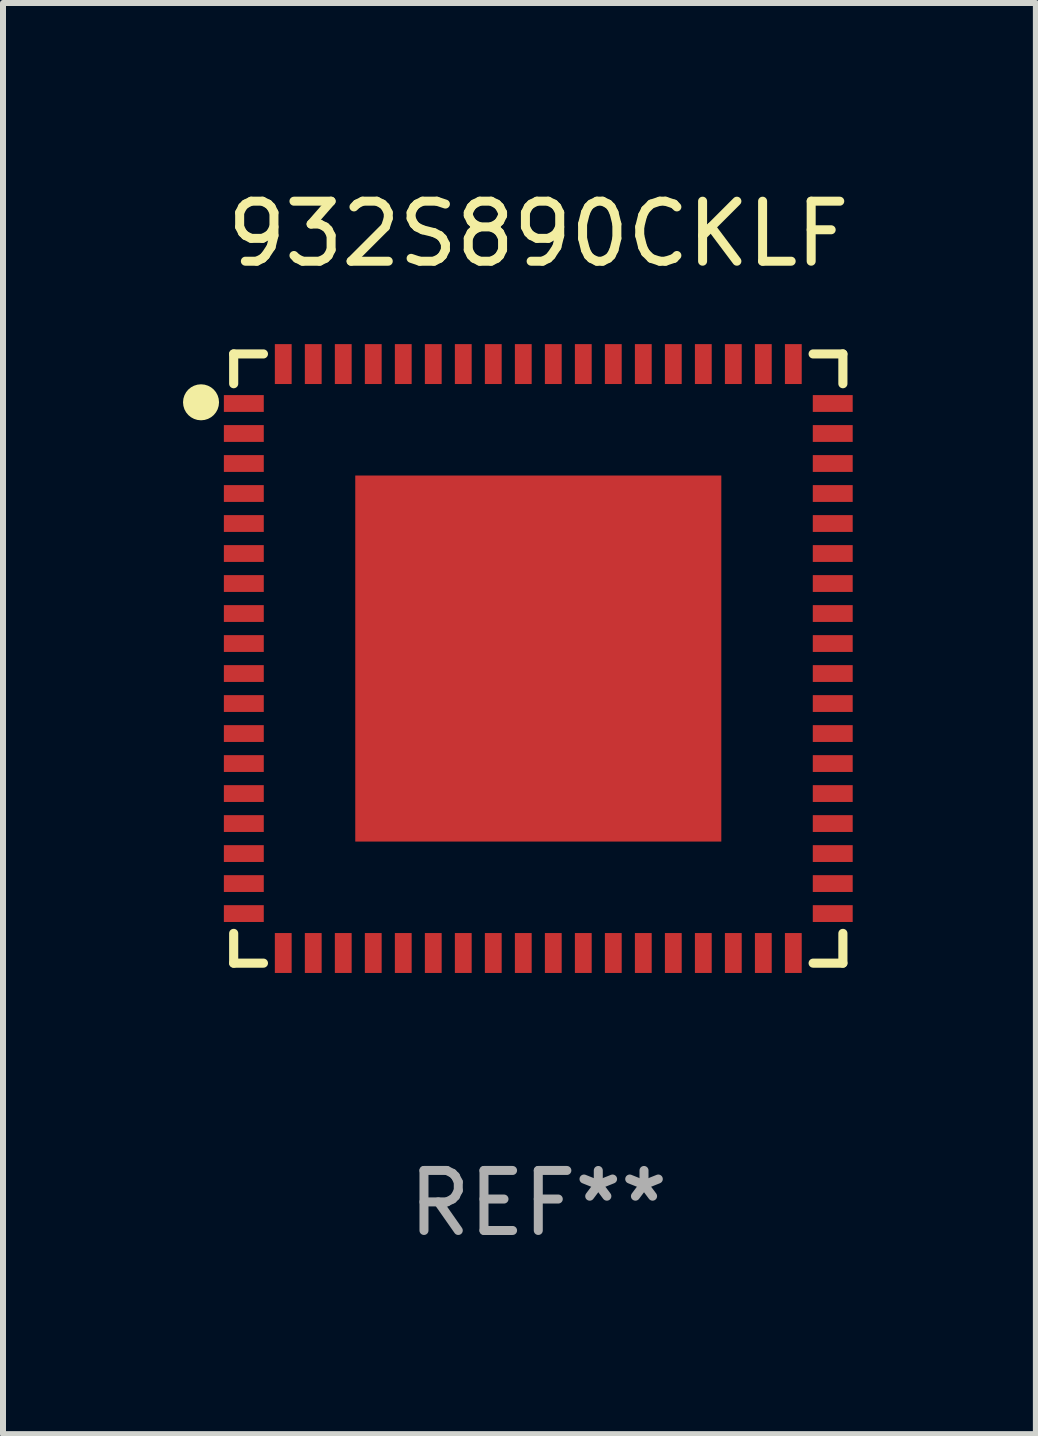
<source format=kicad_pcb>
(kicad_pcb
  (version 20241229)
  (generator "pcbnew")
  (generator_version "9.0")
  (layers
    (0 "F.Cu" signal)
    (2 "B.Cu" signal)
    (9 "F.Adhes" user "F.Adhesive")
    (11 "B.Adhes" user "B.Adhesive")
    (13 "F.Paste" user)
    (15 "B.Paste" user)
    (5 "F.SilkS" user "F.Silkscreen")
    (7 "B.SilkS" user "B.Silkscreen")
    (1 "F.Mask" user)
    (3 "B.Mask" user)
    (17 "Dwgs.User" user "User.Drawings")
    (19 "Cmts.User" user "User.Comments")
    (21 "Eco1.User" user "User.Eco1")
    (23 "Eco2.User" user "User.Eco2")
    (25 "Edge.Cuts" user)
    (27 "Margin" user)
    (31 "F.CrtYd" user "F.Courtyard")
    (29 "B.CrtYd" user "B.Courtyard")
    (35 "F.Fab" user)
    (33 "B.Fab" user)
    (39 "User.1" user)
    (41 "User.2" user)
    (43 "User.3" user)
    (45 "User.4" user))
  (footprint "932S890CKLF"
    (layer "F.Cu")
    (at 5.92 7.924)
    (property "Reference" "932S890CKLF" (at 0 -7.076 0) (layer "F.SilkS") (effects (font (size 1 1) (thickness 0.15))))
    (attr through_hole)
    (fp_line (start -5.076 -5.076) (end -5.076 -4.58) (stroke (width 0.152) (type solid)) (layer "F.SilkS"))
    (fp_line (start -5.076 5.076) (end -5.076 4.58) (stroke (width 0.152) (type solid)) (layer "F.SilkS"))
    (fp_line (start -4.58 -5.076) (end -5.076 -5.076) (stroke (width 0.152) (type solid)) (layer "F.SilkS"))
    (fp_line (start -4.58 5.076) (end -5.076 5.076) (stroke (width 0.152) (type solid)) (layer "F.SilkS"))
    (fp_line (start 4.58 -5.076) (end 5.076 -5.076) (stroke (width 0.152) (type solid)) (layer "F.SilkS"))
    (fp_line (start 4.58 5.076) (end 5.076 5.076) (stroke (width 0.152) (type solid)) (layer "F.SilkS"))
    (fp_line (start 5.076 -5.076) (end 5.076 -4.58) (stroke (width 0.152) (type solid)) (layer "F.SilkS"))
    (fp_line (start 5.076 5.076) (end 5.076 4.58) (stroke (width 0.152) (type solid)) (layer "F.SilkS"))
    (fp_circle (center -5.62 -4.27) (end -5.47 -4.27) (stroke (width 0.3) (type solid)) (fill no) (layer "F.SilkS"))
    (fp_text user "REF**" (at 0 9.076 0) (layer "F.Fab") (effects (font (size 1 1) (thickness 0.15))))
    (pad "1" smd rect (at -4.907 -4.25 270) (size 0.28 0.665) (layers "F.Cu" "F.Mask" "F.Paste"))
    (pad "2" smd rect (at -4.907 -3.75 270) (size 0.28 0.665) (layers "F.Cu" "F.Mask" "F.Paste"))
    (pad "3" smd rect (at -4.907 -3.25 270) (size 0.28 0.665) (layers "F.Cu" "F.Mask" "F.Paste"))
    (pad "4" smd rect (at -4.907 -2.75 270) (size 0.28 0.665) (layers "F.Cu" "F.Mask" "F.Paste"))
    (pad "5" smd rect (at -4.907 -2.25 270) (size 0.28 0.665) (layers "F.Cu" "F.Mask" "F.Paste"))
    (pad "6" smd rect (at -4.907 -1.75 270) (size 0.28 0.665) (layers "F.Cu" "F.Mask" "F.Paste"))
    (pad "7" smd rect (at -4.907 -1.25 270) (size 0.28 0.665) (layers "F.Cu" "F.Mask" "F.Paste"))
    (pad "8" smd rect (at -4.907 -0.75 270) (size 0.28 0.665) (layers "F.Cu" "F.Mask" "F.Paste"))
    (pad "9" smd rect (at -4.907 -0.25 270) (size 0.28 0.665) (layers "F.Cu" "F.Mask" "F.Paste"))
    (pad "10" smd rect (at -4.907 0.25 270) (size 0.28 0.665) (layers "F.Cu" "F.Mask" "F.Paste"))
    (pad "11" smd rect (at -4.907 0.75 270) (size 0.28 0.665) (layers "F.Cu" "F.Mask" "F.Paste"))
    (pad "12" smd rect (at -4.907 1.25 270) (size 0.28 0.665) (layers "F.Cu" "F.Mask" "F.Paste"))
    (pad "13" smd rect (at -4.907 1.75 270) (size 0.28 0.665) (layers "F.Cu" "F.Mask" "F.Paste"))
    (pad "14" smd rect (at -4.907 2.25 270) (size 0.28 0.665) (layers "F.Cu" "F.Mask" "F.Paste"))
    (pad "15" smd rect (at -4.907 2.75 270) (size 0.28 0.665) (layers "F.Cu" "F.Mask" "F.Paste"))
    (pad "16" smd rect (at -4.907 3.25 270) (size 0.28 0.665) (layers "F.Cu" "F.Mask" "F.Paste"))
    (pad "17" smd rect (at -4.907 3.75 270) (size 0.28 0.665) (layers "F.Cu" "F.Mask" "F.Paste"))
    (pad "18" smd rect (at -4.907 4.25 270) (size 0.28 0.665) (layers "F.Cu" "F.Mask" "F.Paste"))
    (pad "19" smd rect (at -4.25 4.907 270) (size 0.665 0.28) (layers "F.Cu" "F.Mask" "F.Paste"))
    (pad "20" smd rect (at -3.75 4.907 270) (size 0.665 0.28) (layers "F.Cu" "F.Mask" "F.Paste"))
    (pad "21" smd rect (at -3.25 4.907 270) (size 0.665 0.28) (layers "F.Cu" "F.Mask" "F.Paste"))
    (pad "22" smd rect (at -2.75 4.907 270) (size 0.665 0.28) (layers "F.Cu" "F.Mask" "F.Paste"))
    (pad "23" smd rect (at -2.25 4.907 270) (size 0.665 0.28) (layers "F.Cu" "F.Mask" "F.Paste"))
    (pad "24" smd rect (at -1.75 4.907 270) (size 0.665 0.28) (layers "F.Cu" "F.Mask" "F.Paste"))
    (pad "25" smd rect (at -1.25 4.907 270) (size 0.665 0.28) (layers "F.Cu" "F.Mask" "F.Paste"))
    (pad "26" smd rect (at -0.75 4.907 270) (size 0.665 0.28) (layers "F.Cu" "F.Mask" "F.Paste"))
    (pad "27" smd rect (at -0.25 4.907 270) (size 0.665 0.28) (layers "F.Cu" "F.Mask" "F.Paste"))
    (pad "28" smd rect (at 0.25 4.907 270) (size 0.665 0.28) (layers "F.Cu" "F.Mask" "F.Paste"))
    (pad "29" smd rect (at 0.75 4.907 270) (size 0.665 0.28) (layers "F.Cu" "F.Mask" "F.Paste"))
    (pad "30" smd rect (at 1.25 4.907 270) (size 0.665 0.28) (layers "F.Cu" "F.Mask" "F.Paste"))
    (pad "31" smd rect (at 1.75 4.907 270) (size 0.665 0.28) (layers "F.Cu" "F.Mask" "F.Paste"))
    (pad "32" smd rect (at 2.25 4.907 270) (size 0.665 0.28) (layers "F.Cu" "F.Mask" "F.Paste"))
    (pad "33" smd rect (at 2.75 4.907 270) (size 0.665 0.28) (layers "F.Cu" "F.Mask" "F.Paste"))
    (pad "34" smd rect (at 3.25 4.907 270) (size 0.665 0.28) (layers "F.Cu" "F.Mask" "F.Paste"))
    (pad "35" smd rect (at 3.75 4.907 270) (size 0.665 0.28) (layers "F.Cu" "F.Mask" "F.Paste"))
    (pad "36" smd rect (at 4.25 4.907 270) (size 0.665 0.28) (layers "F.Cu" "F.Mask" "F.Paste"))
    (pad "37" smd rect (at 4.907 4.25 270) (size 0.28 0.665) (layers "F.Cu" "F.Mask" "F.Paste"))
    (pad "38" smd rect (at 4.907 3.75 270) (size 0.28 0.665) (layers "F.Cu" "F.Mask" "F.Paste"))
    (pad "39" smd rect (at 4.907 3.25 270) (size 0.28 0.665) (layers "F.Cu" "F.Mask" "F.Paste"))
    (pad "40" smd rect (at 4.907 2.75 270) (size 0.28 0.665) (layers "F.Cu" "F.Mask" "F.Paste"))
    (pad "41" smd rect (at 4.907 2.25 270) (size 0.28 0.665) (layers "F.Cu" "F.Mask" "F.Paste"))
    (pad "42" smd rect (at 4.907 1.75 270) (size 0.28 0.665) (layers "F.Cu" "F.Mask" "F.Paste"))
    (pad "43" smd rect (at 4.907 1.25 270) (size 0.28 0.665) (layers "F.Cu" "F.Mask" "F.Paste"))
    (pad "44" smd rect (at 4.907 0.75 270) (size 0.28 0.665) (layers "F.Cu" "F.Mask" "F.Paste"))
    (pad "45" smd rect (at 4.907 0.25 270) (size 0.28 0.665) (layers "F.Cu" "F.Mask" "F.Paste"))
    (pad "46" smd rect (at 4.907 -0.25 270) (size 0.28 0.665) (layers "F.Cu" "F.Mask" "F.Paste"))
    (pad "47" smd rect (at 4.907 -0.75 270) (size 0.28 0.665) (layers "F.Cu" "F.Mask" "F.Paste"))
    (pad "48" smd rect (at 4.907 -1.25 270) (size 0.28 0.665) (layers "F.Cu" "F.Mask" "F.Paste"))
    (pad "49" smd rect (at 4.907 -1.75 270) (size 0.28 0.665) (layers "F.Cu" "F.Mask" "F.Paste"))
    (pad "50" smd rect (at 4.907 -2.25 270) (size 0.28 0.665) (layers "F.Cu" "F.Mask" "F.Paste"))
    (pad "51" smd rect (at 4.907 -2.75 270) (size 0.28 0.665) (layers "F.Cu" "F.Mask" "F.Paste"))
    (pad "52" smd rect (at 4.907 -3.25 270) (size 0.28 0.665) (layers "F.Cu" "F.Mask" "F.Paste"))
    (pad "53" smd rect (at 4.907 -3.75 270) (size 0.28 0.665) (layers "F.Cu" "F.Mask" "F.Paste"))
    (pad "54" smd rect (at 4.907 -4.25 270) (size 0.28 0.665) (layers "F.Cu" "F.Mask" "F.Paste"))
    (pad "55" smd rect (at 4.25 -4.907 270) (size 0.665 0.28) (layers "F.Cu" "F.Mask" "F.Paste"))
    (pad "56" smd rect (at 3.75 -4.907 270) (size 0.665 0.28) (layers "F.Cu" "F.Mask" "F.Paste"))
    (pad "57" smd rect (at 3.25 -4.907 270) (size 0.665 0.28) (layers "F.Cu" "F.Mask" "F.Paste"))
    (pad "58" smd rect (at 2.75 -4.907 270) (size 0.665 0.28) (layers "F.Cu" "F.Mask" "F.Paste"))
    (pad "59" smd rect (at 2.25 -4.907 270) (size 0.665 0.28) (layers "F.Cu" "F.Mask" "F.Paste"))
    (pad "60" smd rect (at 1.75 -4.907 270) (size 0.665 0.28) (layers "F.Cu" "F.Mask" "F.Paste"))
    (pad "61" smd rect (at 1.25 -4.907 270) (size 0.665 0.28) (layers "F.Cu" "F.Mask" "F.Paste"))
    (pad "62" smd rect (at 0.75 -4.907 270) (size 0.665 0.28) (layers "F.Cu" "F.Mask" "F.Paste"))
    (pad "63" smd rect (at 0.25 -4.907 270) (size 0.665 0.28) (layers "F.Cu" "F.Mask" "F.Paste"))
    (pad "64" smd rect (at -0.25 -4.907 270) (size 0.665 0.28) (layers "F.Cu" "F.Mask" "F.Paste"))
    (pad "65" smd rect (at -0.75 -4.907 270) (size 0.665 0.28) (layers "F.Cu" "F.Mask" "F.Paste"))
    (pad "66" smd rect (at -1.25 -4.907 270) (size 0.665 0.28) (layers "F.Cu" "F.Mask" "F.Paste"))
    (pad "67" smd rect (at -1.75 -4.907 270) (size 0.665 0.28) (layers "F.Cu" "F.Mask" "F.Paste"))
    (pad "68" smd rect (at -2.25 -4.907 270) (size 0.665 0.28) (layers "F.Cu" "F.Mask" "F.Paste"))
    (pad "69" smd rect (at -2.75 -4.907 270) (size 0.665 0.28) (layers "F.Cu" "F.Mask" "F.Paste"))
    (pad "70" smd rect (at -3.25 -4.907 270) (size 0.665 0.28) (layers "F.Cu" "F.Mask" "F.Paste"))
    (pad "71" smd rect (at -3.75 -4.907 270) (size 0.665 0.28) (layers "F.Cu" "F.Mask" "F.Paste"))
    (pad "72" smd rect (at -4.25 -4.907 270) (size 0.665 0.28) (layers "F.Cu" "F.Mask" "F.Paste"))
    (pad "73" smd rect (at 0.000127 0.000127 270) (size 6.1 6.1) (layers "F.Cu" "F.Mask" "F.Paste")))
  (gr_rect
    (start -3 -3)
    (end 14.212 20.849)
    (stroke (width 0.1) (type default))
    (fill no)
    (layer "Edge.Cuts")))
</source>
